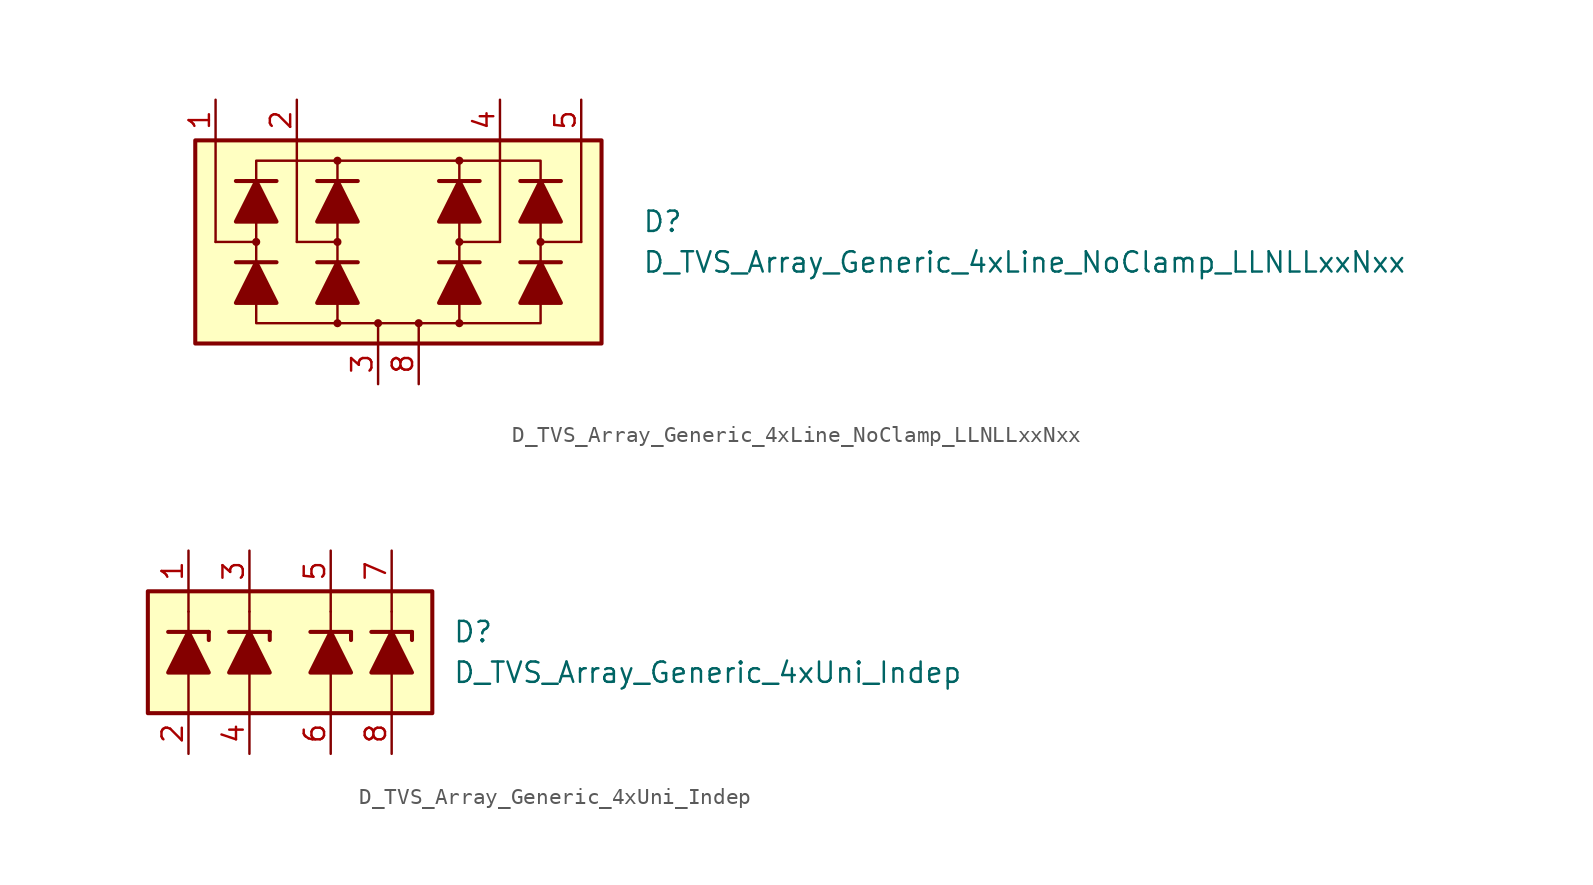
<source format=kicad_sym>
(kicad_symbol_lib
  (version 20211014)
  (generator kicad_symbol_editor)
  (symbol "D_TVS_Array_Generic_4xLine_NoClamp_LLNLLxxNxx"
    (pin_names
      (offset 1.016) hide)
    (property "Reference" "D"
      (at 15.24 1.27 0)
      (effects (font (size 1.27 1.27)) (justify left)))
    (property "Value" "D_TVS_Array_Generic_4xLine_NoClamp_LLNLLxxNxx"
      (at 15.24 -1.27 0)
      (effects (font (size 1.27 1.27)) (justify left)))
    (symbol "D_TVS_Array_Generic_4xLine_NoClamp_LLNLLxxNxx_0_1"
      (rectangle (start -12.7 6.35) (end 12.7 -6.35) (stroke (width 0.254) (type default) (color 0 0 0 0)) (fill (type background)))
      (circle (center -3.81 0) (radius 0.178) (stroke (width 0) (type default) (color 0 0 0 0)) (fill (type outline)))
      (polyline (pts (xy -6.35 0) (xy -6.35 6.35)) (stroke (width 0) (type default) (color 0 0 0 0)) (fill (type none)))
      (polyline (pts (xy -3.81 -1.27) (xy -3.81 1.27)) (stroke (width 0) (type default) (color 0 0 0 0)) (fill (type none)))
      (polyline (pts (xy -3.81 0) (xy -6.35 0)) (stroke (width 0) (type default) (color 0 0 0 0)) (fill (type none)))
      (polyline (pts (xy -1.27 -6.35) (xy -1.27 -5.08)) (stroke (width 0) (type default) (color 0 0 0 0)) (fill (type none)))
      (polyline (pts (xy 1.27 -6.35) (xy 1.27 -5.08)) (stroke (width 0) (type default) (color 0 0 0 0)) (fill (type none)))
      (polyline (pts (xy 3.81 -1.27) (xy 3.81 1.27)) (stroke (width 0) (type default) (color 0 0 0 0)) (fill (type none)))
      (polyline (pts (xy 3.81 0) (xy 6.35 0)) (stroke (width 0) (type default) (color 0 0 0 0)) (fill (type none)))
      (polyline (pts (xy 6.35 0) (xy 6.35 6.35)) (stroke (width 0) (type default) (color 0 0 0 0)) (fill (type none)))
      (polyline (pts (xy -3.81 -5.08) (xy -8.89 -5.08) (xy -8.89 5.08) (xy -3.81 5.08)) (stroke (width 0) (type default) (color 0 0 0 0)) (fill (type none)))
      (polyline (pts (xy -3.81 3.81) (xy -3.81 5.08) (xy 3.81 5.08) (xy 3.81 3.81)) (stroke (width 0.152) (type default) (color 0 0 0 0)) (fill (type none)))
      (polyline (pts (xy 3.81 -5.08) (xy 8.89 -5.08) (xy 8.89 5.08) (xy 3.81 5.08)) (stroke (width 0) (type default) (color 0 0 0 0)) (fill (type none)))
      (polyline (pts (xy 3.81 -3.81) (xy 3.81 -5.08) (xy -3.81 -5.08) (xy -3.81 -3.81)) (stroke (width 0.152) (type default) (color 0 0 0 0)) (fill (type none)))
      (circle (center 3.81 0) (radius 0.178) (stroke (width 0) (type default) (color 0 0 0 0)) (fill (type outline))))
    (symbol "D_TVS_Array_Generic_4xLine_NoClamp_LLNLLxxNxx_1_1"
      (circle (center -8.89 0) (radius 0.178) (stroke (width 0) (type default) (color 0 0 0 0)) (fill (type outline)))
      (circle (center -3.81 -5.08) (radius 0.178) (stroke (width 0) (type default) (color 0 0 0 0)) (fill (type outline)))
      (circle (center -3.81 5.08) (radius 0.178) (stroke (width 0) (type default) (color 0 0 0 0)) (fill (type outline)))
      (circle (center -1.27 -5.08) (radius 0.178) (stroke (width 0) (type default) (color 0 0 0 0)) (fill (type outline)))
      (polyline (pts (xy -11.43 0) (xy -11.43 6.35)) (stroke (width 0) (type default) (color 0 0 0 0)) (fill (type none)))
      (polyline (pts (xy -8.89 0) (xy -11.43 0)) (stroke (width 0) (type default) (color 0 0 0 0)) (fill (type none)))
      (polyline (pts (xy -7.62 -1.27) (xy -10.16 -1.27)) (stroke (width 0.254) (type default) (color 0 0 0 0)) (fill (type none)))
      (polyline (pts (xy -7.62 3.81) (xy -10.16 3.81)) (stroke (width 0.254) (type default) (color 0 0 0 0)) (fill (type none)))
      (polyline (pts (xy -3.81 -3.81) (xy -3.81 -1.27)) (stroke (width 0) (type default) (color 0 0 0 0)) (fill (type none)))
      (polyline (pts (xy -3.81 1.27) (xy -3.81 3.81)) (stroke (width 0) (type default) (color 0 0 0 0)) (fill (type none)))
      (polyline (pts (xy -2.54 -1.27) (xy -5.08 -1.27)) (stroke (width 0.254) (type default) (color 0 0 0 0)) (fill (type none)))
      (polyline (pts (xy -2.54 3.81) (xy -5.08 3.81)) (stroke (width 0.254) (type default) (color 0 0 0 0)) (fill (type none)))
      (polyline (pts (xy 3.81 -3.81) (xy 3.81 -1.27)) (stroke (width 0) (type default) (color 0 0 0 0)) (fill (type none)))
      (polyline (pts (xy 3.81 1.27) (xy 3.81 3.81)) (stroke (width 0) (type default) (color 0 0 0 0)) (fill (type none)))
      (polyline (pts (xy 5.08 -1.27) (xy 2.54 -1.27)) (stroke (width 0.254) (type default) (color 0 0 0 0)) (fill (type none)))
      (polyline (pts (xy 5.08 3.81) (xy 2.54 3.81)) (stroke (width 0.254) (type default) (color 0 0 0 0)) (fill (type none)))
      (polyline (pts (xy 8.89 0) (xy 11.43 0)) (stroke (width 0) (type default) (color 0 0 0 0)) (fill (type none)))
      (polyline (pts (xy 10.16 -1.27) (xy 7.62 -1.27)) (stroke (width 0.254) (type default) (color 0 0 0 0)) (fill (type none)))
      (polyline (pts (xy 10.16 3.81) (xy 7.62 3.81)) (stroke (width 0.254) (type default) (color 0 0 0 0)) (fill (type none)))
      (polyline (pts (xy 11.43 0) (xy 11.43 6.35)) (stroke (width 0) (type default) (color 0 0 0 0)) (fill (type none)))
      (polyline (pts (xy -7.62 -3.81) (xy -10.16 -3.81) (xy -8.89 -1.27) (xy -7.62 -3.81)) (stroke (width 0.254) (type default) (color 0 0 0 0)) (fill (type outline)))
      (polyline (pts (xy -7.62 1.27) (xy -10.16 1.27) (xy -8.89 3.81) (xy -7.62 1.27)) (stroke (width 0.254) (type default) (color 0 0 0 0)) (fill (type outline)))
      (polyline (pts (xy -2.54 -3.81) (xy -5.08 -3.81) (xy -3.81 -1.27) (xy -2.54 -3.81)) (stroke (width 0.254) (type default) (color 0 0 0 0)) (fill (type outline)))
      (polyline (pts (xy -2.54 1.27) (xy -5.08 1.27) (xy -3.81 3.81) (xy -2.54 1.27)) (stroke (width 0.254) (type default) (color 0 0 0 0)) (fill (type outline)))
      (polyline (pts (xy 5.08 -3.81) (xy 2.54 -3.81) (xy 3.81 -1.27) (xy 5.08 -3.81)) (stroke (width 0.254) (type default) (color 0 0 0 0)) (fill (type outline)))
      (polyline (pts (xy 5.08 1.27) (xy 2.54 1.27) (xy 3.81 3.81) (xy 5.08 1.27)) (stroke (width 0.254) (type default) (color 0 0 0 0)) (fill (type outline)))
      (polyline (pts (xy 10.16 -3.81) (xy 7.62 -3.81) (xy 8.89 -1.27) (xy 10.16 -3.81)) (stroke (width 0.254) (type default) (color 0 0 0 0)) (fill (type outline)))
      (polyline (pts (xy 10.16 1.27) (xy 7.62 1.27) (xy 8.89 3.81) (xy 10.16 1.27)) (stroke (width 0.254) (type default) (color 0 0 0 0)) (fill (type outline)))
      (circle (center 1.27 -5.08) (radius 0.178) (stroke (width 0) (type default) (color 0 0 0 0)) (fill (type outline)))
      (circle (center 3.81 -5.08) (radius 0.178) (stroke (width 0) (type default) (color 0 0 0 0)) (fill (type outline)))
      (circle (center 3.81 5.08) (radius 0.178) (stroke (width 0) (type default) (color 0 0 0 0)) (fill (type outline)))
      (circle (center 8.89 0) (radius 0.178) (stroke (width 0) (type default) (color 0 0 0 0)) (fill (type outline)))
      (pin passive line (at -11.43 8.89 270) (length 2.54) (name "L1" (effects (font (size 1.27 1.27)))) (number "1" (effects (font (size 1.27 1.27)))))
      (pin passive line (at -6.35 8.89 270) (length 2.54) (name "L2" (effects (font (size 1.27 1.27)))) (number "2" (effects (font (size 1.27 1.27)))))
      (pin passive line (at -1.27 -8.89 90) (length 2.54) (name "VN" (effects (font (size 1.27 1.27)))) (number "3" (effects (font (size 1.27 1.27)))))
      (pin passive line (at 6.35 8.89 270) (length 2.54) (name "L3" (effects (font (size 1.27 1.27)))) (number "4" (effects (font (size 1.27 1.27)))))
      (pin passive line (at 11.43 8.89 270) (length 2.54) (name "L4" (effects (font (size 1.27 1.27)))) (number "5" (effects (font (size 1.27 1.27)))))
      (pin passive line (at 1.27 -8.89 90) (length 2.54) (name "VN" (effects (font (size 1.27 1.27)))) (number "8" (effects (font (size 1.27 1.27)))))))
  (symbol "D_TVS_Array_Generic_4xUni_Indep"
    (pin_names
      (offset 1.016) hide)
    (property "Reference" "D"
      (at 10.16 1.27 0)
      (effects (font (size 1.27 1.27)) (justify left)))
    (property "Value" "D_TVS_Array_Generic_4xUni_Indep"
      (at 10.16 -1.27 0)
      (effects (font (size 1.27 1.27)) (justify left)))
    (symbol "D_TVS_Array_Generic_4xUni_Indep_0_1"
      (polyline (pts (xy -6.35 -3.81) (xy -6.35 -1.27)) (stroke (width 0) (type default) (color 0 0 0 0)) (fill (type none)))
      (polyline (pts (xy -6.35 1.27) (xy -6.35 2.54)) (stroke (width 0) (type default) (color 0 0 0 0)) (fill (type none)))
      (polyline (pts (xy -6.35 2.54) (xy -6.35 3.81)) (stroke (width 0) (type default) (color 0 0 0 0)) (fill (type none)))
      (polyline (pts (xy -2.54 -3.81) (xy -2.54 -1.27)) (stroke (width 0) (type default) (color 0 0 0 0)) (fill (type none)))
      (polyline (pts (xy -2.54 1.27) (xy -2.54 2.54)) (stroke (width 0) (type default) (color 0 0 0 0)) (fill (type none)))
      (polyline (pts (xy -2.54 2.54) (xy -2.54 3.81)) (stroke (width 0) (type default) (color 0 0 0 0)) (fill (type none)))
      (polyline (pts (xy 2.54 -3.81) (xy 2.54 -1.27)) (stroke (width 0) (type default) (color 0 0 0 0)) (fill (type none)))
      (polyline (pts (xy 2.54 1.27) (xy 2.54 2.54)) (stroke (width 0) (type default) (color 0 0 0 0)) (fill (type none)))
      (polyline (pts (xy 2.54 2.54) (xy 2.54 3.81)) (stroke (width 0) (type default) (color 0 0 0 0)) (fill (type none)))
      (polyline (pts (xy 6.35 -3.81) (xy 6.35 -1.27)) (stroke (width 0) (type default) (color 0 0 0 0)) (fill (type none)))
      (polyline (pts (xy 6.35 1.27) (xy 6.35 2.54)) (stroke (width 0) (type default) (color 0 0 0 0)) (fill (type none)))
      (polyline (pts (xy 6.35 2.54) (xy 6.35 3.81)) (stroke (width 0) (type default) (color 0 0 0 0)) (fill (type none)))
      (rectangle (start 8.89 3.81) (end -8.89 -3.81) (stroke (width 0.254) (type default) (color 0 0 0 0)) (fill (type background))))
    (symbol "D_TVS_Array_Generic_4xUni_Indep_1_1"
      (polyline (pts (xy -7.62 1.27) (xy -5.08 1.27)) (stroke (width 0.254) (type default) (color 0 0 0 0)) (fill (type none)))
      (polyline (pts (xy -6.35 -1.27) (xy -6.35 1.27)) (stroke (width 0) (type default) (color 0 0 0 0)) (fill (type none)))
      (polyline (pts (xy -5.08 1.27) (xy -5.08 0.762)) (stroke (width 0.254) (type default) (color 0 0 0 0)) (fill (type none)))
      (polyline (pts (xy -3.81 1.27) (xy -1.27 1.27)) (stroke (width 0.254) (type default) (color 0 0 0 0)) (fill (type none)))
      (polyline (pts (xy -2.54 -1.27) (xy -2.54 1.27)) (stroke (width 0) (type default) (color 0 0 0 0)) (fill (type none)))
      (polyline (pts (xy -1.27 1.27) (xy -1.27 0.762)) (stroke (width 0.254) (type default) (color 0 0 0 0)) (fill (type none)))
      (polyline (pts (xy 1.27 1.27) (xy 3.81 1.27)) (stroke (width 0.254) (type default) (color 0 0 0 0)) (fill (type none)))
      (polyline (pts (xy 2.54 -1.27) (xy 2.54 1.27)) (stroke (width 0) (type default) (color 0 0 0 0)) (fill (type none)))
      (polyline (pts (xy 3.81 1.27) (xy 3.81 0.762)) (stroke (width 0.254) (type default) (color 0 0 0 0)) (fill (type none)))
      (polyline (pts (xy 5.08 1.27) (xy 7.62 1.27)) (stroke (width 0.254) (type default) (color 0 0 0 0)) (fill (type none)))
      (polyline (pts (xy 6.35 -1.27) (xy 6.35 1.27)) (stroke (width 0) (type default) (color 0 0 0 0)) (fill (type none)))
      (polyline (pts (xy 7.62 1.27) (xy 7.62 0.762)) (stroke (width 0.254) (type default) (color 0 0 0 0)) (fill (type none)))
      (polyline (pts (xy -5.08 -1.27) (xy -7.62 -1.27) (xy -6.35 1.27) (xy -5.08 -1.27)) (stroke (width 0.254) (type default) (color 0 0 0 0)) (fill (type outline)))
      (polyline (pts (xy -1.27 -1.27) (xy -3.81 -1.27) (xy -2.54 1.27) (xy -1.27 -1.27)) (stroke (width 0.254) (type default) (color 0 0 0 0)) (fill (type outline)))
      (polyline (pts (xy 3.81 -1.27) (xy 1.27 -1.27) (xy 2.54 1.27) (xy 3.81 -1.27)) (stroke (width 0.254) (type default) (color 0 0 0 0)) (fill (type outline)))
      (polyline (pts (xy 7.62 -1.27) (xy 5.08 -1.27) (xy 6.35 1.27) (xy 7.62 -1.27)) (stroke (width 0.254) (type default) (color 0 0 0 0)) (fill (type outline)))
      (pin passive line (at -6.35 6.35 270) (length 2.54) (name "1K" (effects (font (size 1.27 1.27)))) (number "1" (effects (font (size 1.27 1.27)))))
      (pin passive line (at -6.35 -6.35 90) (length 2.54) (name "1A" (effects (font (size 1.27 1.27)))) (number "2" (effects (font (size 1.27 1.27)))))
      (pin passive line (at -2.54 6.35 270) (length 2.54) (name "2K" (effects (font (size 1.27 1.27)))) (number "3" (effects (font (size 1.27 1.27)))))
      (pin passive line (at -2.54 -6.35 90) (length 2.54) (name "2A" (effects (font (size 1.27 1.27)))) (number "4" (effects (font (size 1.27 1.27)))))
      (pin passive line (at 2.54 6.35 270) (length 2.54) (name "K3" (effects (font (size 1.27 1.27)))) (number "5" (effects (font (size 1.27 1.27)))))
      (pin passive line (at 2.54 -6.35 90) (length 2.54) (name "A3" (effects (font (size 1.27 1.27)))) (number "6" (effects (font (size 1.27 1.27)))))
      (pin passive line (at 6.35 6.35 270) (length 2.54) (name "K4" (effects (font (size 1.27 1.27)))) (number "7" (effects (font (size 1.27 1.27)))))
      (pin passive line (at 6.35 -6.35 90) (length 2.54) (name "A4" (effects (font (size 1.27 1.27)))) (number "8" (effects (font (size 1.27 1.27))))))))
</source>
